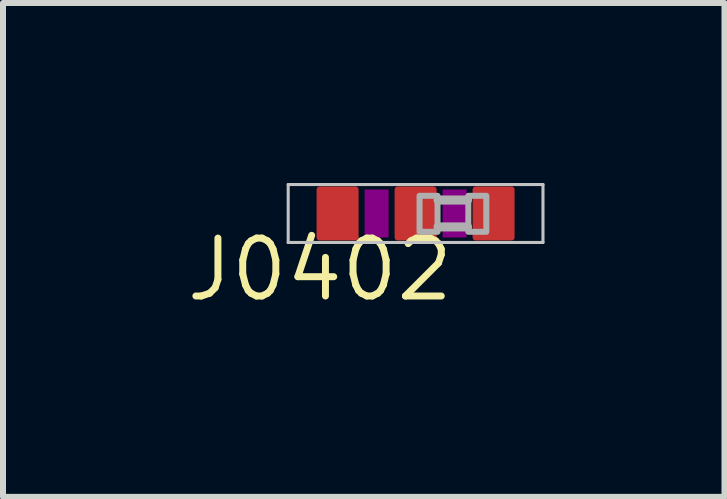
<source format=kicad_pcb>
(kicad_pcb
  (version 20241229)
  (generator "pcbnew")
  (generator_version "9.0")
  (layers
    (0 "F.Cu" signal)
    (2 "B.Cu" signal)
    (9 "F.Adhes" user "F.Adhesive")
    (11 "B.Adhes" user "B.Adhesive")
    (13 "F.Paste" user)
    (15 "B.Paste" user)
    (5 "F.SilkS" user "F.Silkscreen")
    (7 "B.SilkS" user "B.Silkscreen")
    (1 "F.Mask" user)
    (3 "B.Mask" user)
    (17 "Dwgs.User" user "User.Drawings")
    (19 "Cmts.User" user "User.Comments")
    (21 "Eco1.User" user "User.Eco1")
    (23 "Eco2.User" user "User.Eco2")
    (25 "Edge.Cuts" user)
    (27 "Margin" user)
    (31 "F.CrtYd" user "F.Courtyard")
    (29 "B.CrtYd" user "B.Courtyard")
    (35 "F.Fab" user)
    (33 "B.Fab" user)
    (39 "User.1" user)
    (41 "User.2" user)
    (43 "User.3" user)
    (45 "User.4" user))
  (footprint "J0402"
    (layer "F.Cu")
    (at 3.226 0.508)
    (property "Reference" "J0402" (at -3.226 1.499 180) (layer "F.SilkS") (effects (font (size 0.965 0.965) (thickness 0.116)) (justify left bottom)))
    (attr through_hole)
    (fp_poly (pts (xy -0.2 0.4) (xy 0.2 0.4) (xy 0.2 -0.4) (xy -0.2 -0.4)) (stroke (width 0) (type solid)) (fill yes) (layer "F.Adhes"))
    (fp_poly (pts (xy 1.1 0.4) (xy 1.5 0.4) (xy 1.5 -0.4) (xy 1.1 -0.4)) (stroke (width 0) (type solid)) (fill yes) (layer "F.Adhes"))
    (fp_line (start -1.473 -0.483) (end 2.773 -0.483) (stroke (width 0.051) (type solid)) (layer "Dwgs.User"))
    (fp_line (start -1.473 0.483) (end -1.473 -0.483) (stroke (width 0.051) (type solid)) (layer "Dwgs.User"))
    (fp_line (start 2.773 -0.483) (end 2.773 0.483) (stroke (width 0.051) (type solid)) (layer "Dwgs.User"))
    (fp_line (start 2.773 0.483) (end -1.473 0.483) (stroke (width 0.051) (type solid)) (layer "Dwgs.User"))
    (fp_line (start 1.025 -0.224) (end 1.515 -0.224) (stroke (width 0.152) (type solid)) (layer "F.Fab"))
    (fp_line (start 1.515 0.224) (end 1.025 0.224) (stroke (width 0.152) (type solid)) (layer "F.Fab"))
    (fp_poly (pts (xy 0.716 0.305) (xy 1.016 0.305) (xy 1.016 -0.295) (xy 0.716 -0.295)) (stroke (width 0.1) (type solid)) (fill no) (layer "F.Fab"))
    (fp_poly (pts (xy 1.529 0.305) (xy 1.829 0.305) (xy 1.829 -0.295) (xy 1.529 -0.295)) (stroke (width 0.1) (type solid)) (fill no) (layer "F.Fab"))
    (pad "1" smd roundrect (at -0.65 0) (size 0.7 0.9) (layers "F.Cu" "F.Mask" "F.Paste") (roundrect_rratio 0.073))
    (pad "2" smd roundrect (at 0.65 0) (size 0.7 0.9) (layers "F.Cu" "F.Mask" "F.Paste") (roundrect_rratio 0.073))
    (pad "3" smd roundrect (at 1.95 0) (size 0.7 0.9) (layers "F.Cu" "F.Mask" "F.Paste") (roundrect_rratio 0.073)))
  (gr_rect
    (start -3 -3)
    (end 9.024 5.23)
    (stroke (width 0.1) (type default))
    (fill no)
    (layer "Edge.Cuts")))
</source>
